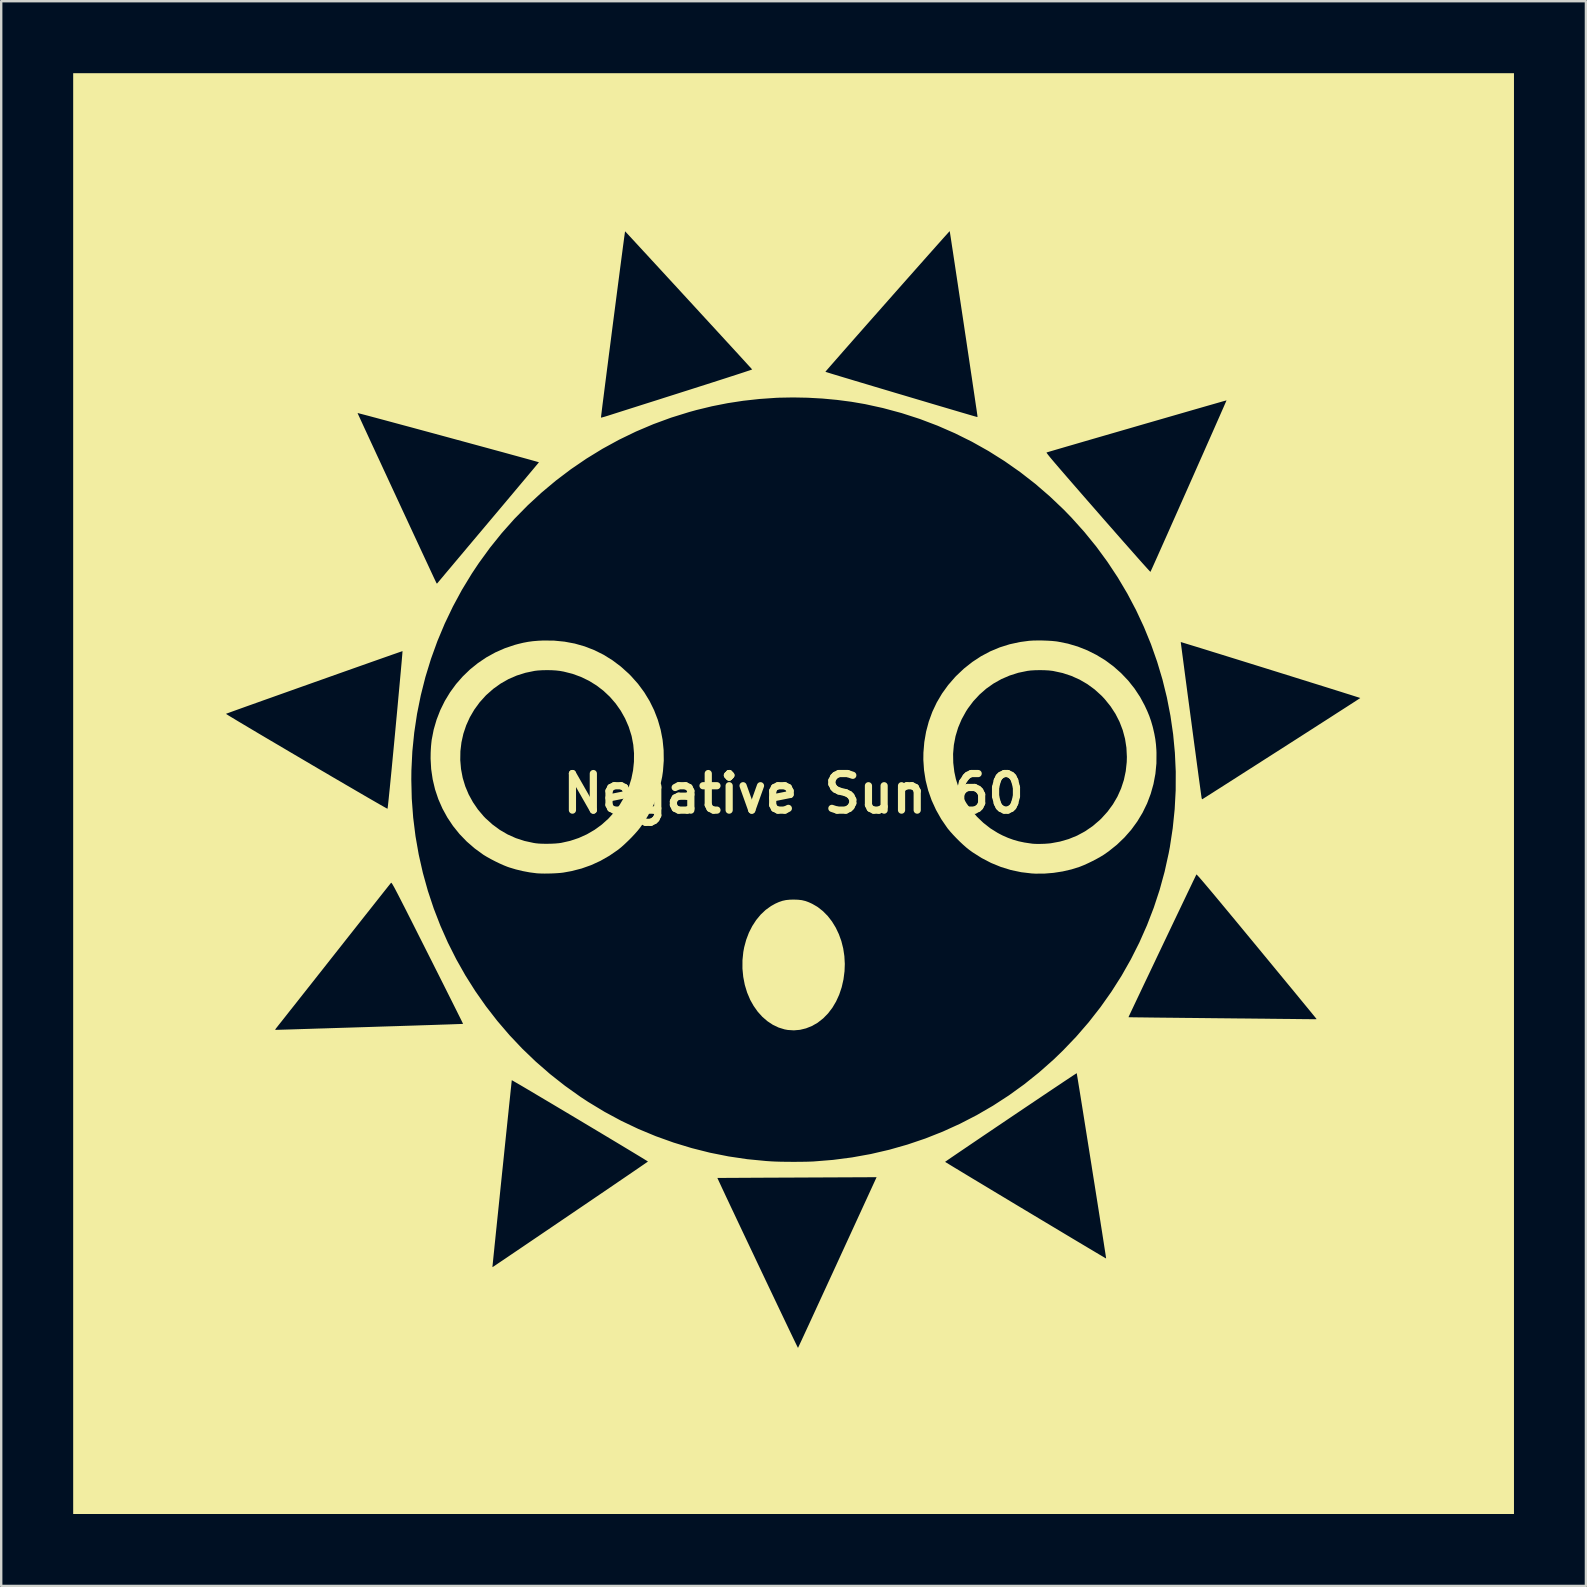
<source format=kicad_pcb>
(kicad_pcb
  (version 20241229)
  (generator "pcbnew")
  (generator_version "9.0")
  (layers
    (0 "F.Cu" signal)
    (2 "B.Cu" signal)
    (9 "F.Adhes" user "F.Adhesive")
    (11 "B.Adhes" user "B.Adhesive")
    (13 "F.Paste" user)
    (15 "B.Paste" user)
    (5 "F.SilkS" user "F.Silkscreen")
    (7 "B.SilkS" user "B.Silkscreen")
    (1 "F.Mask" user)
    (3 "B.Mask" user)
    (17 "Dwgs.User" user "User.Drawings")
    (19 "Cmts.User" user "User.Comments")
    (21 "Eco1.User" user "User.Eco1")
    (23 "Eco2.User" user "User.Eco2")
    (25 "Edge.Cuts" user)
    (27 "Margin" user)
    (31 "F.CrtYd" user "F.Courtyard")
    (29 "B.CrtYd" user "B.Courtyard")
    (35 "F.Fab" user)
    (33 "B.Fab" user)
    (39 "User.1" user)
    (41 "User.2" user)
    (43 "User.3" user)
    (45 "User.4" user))
  (footprint "Negative Sun 60"
    (layer "F.Cu")
    (at 30.024 30.024)
    (property "Reference" "Negative Sun 60" (at 0 0 0) (layer "F.SilkS") (effects (font (size 1.524 1.524) (thickness 0.3))))
    (attr board_only exclude_from_pos_files exclude_from_bom)
    (fp_poly (pts (xy 0.184 4.424) (xy 0.343 4.442) (xy 0.49 4.477) (xy 0.638 4.531) (xy 0.771 4.592) (xy 1.008 4.73) (xy 1.226 4.902) (xy 1.425 5.104) (xy 1.602 5.333) (xy 1.757 5.586) (xy 1.887 5.859) (xy 1.992 6.15) (xy 2.069 6.456) (xy 2.117 6.774) (xy 2.135 7.099) (xy 2.124 7.402) (xy 2.08 7.743) (xy 2.006 8.069) (xy 1.903 8.377) (xy 1.773 8.663) (xy 1.617 8.926) (xy 1.436 9.163) (xy 1.233 9.37) (xy 1.008 9.546) (xy 0.996 9.555) (xy 0.762 9.688) (xy 0.518 9.785) (xy 0.267 9.846) (xy 0.013 9.868) (xy -0.24 9.852) (xy -0.373 9.828) (xy -0.624 9.751) (xy -0.863 9.637) (xy -1.09 9.487) (xy -1.301 9.305) (xy -1.494 9.091) (xy -1.666 8.847) (xy -1.807 8.597) (xy -1.935 8.295) (xy -2.033 7.973) (xy -2.098 7.637) (xy -2.131 7.293) (xy -2.13 6.946) (xy -2.095 6.603) (xy -2.059 6.408) (xy -1.974 6.093) (xy -1.861 5.796) (xy -1.721 5.521) (xy -1.557 5.269) (xy -1.371 5.044) (xy -1.164 4.849) (xy -0.939 4.686) (xy -0.771 4.592) (xy -0.611 4.52) (xy -0.464 4.47) (xy -0.316 4.438) (xy -0.154 4.422) (xy 0 4.418)) (stroke (width 0) (type solid)) (fill yes) (layer "F.SilkS"))
    (fp_poly (pts (xy 10.365 -6.38) (xy 10.567 -6.373) (xy 10.76 -6.362) (xy 10.931 -6.345) (xy 11.009 -6.334) (xy 11.433 -6.249) (xy 11.845 -6.127) (xy 12.243 -5.969) (xy 12.624 -5.778) (xy 12.988 -5.556) (xy 13.33 -5.303) (xy 13.648 -5.022) (xy 13.942 -4.714) (xy 14.207 -4.381) (xy 14.442 -4.025) (xy 14.632 -3.673) (xy 14.739 -3.443) (xy 14.826 -3.232) (xy 14.898 -3.025) (xy 14.961 -2.809) (xy 14.983 -2.723) (xy 15.037 -2.485) (xy 15.077 -2.265) (xy 15.104 -2.044) (xy 15.121 -1.807) (xy 15.125 -1.701) (xy 15.122 -1.259) (xy 15.08 -0.825) (xy 15 -0.4) (xy 14.884 0.012) (xy 14.733 0.411) (xy 14.546 0.795) (xy 14.326 1.16) (xy 14.074 1.506) (xy 13.789 1.831) (xy 13.475 2.132) (xy 13.13 2.408) (xy 12.93 2.548) (xy 12.796 2.63) (xy 12.636 2.72) (xy 12.46 2.812) (xy 12.279 2.9) (xy 12.105 2.979) (xy 11.949 3.042) (xy 11.927 3.051) (xy 11.582 3.16) (xy 11.214 3.245) (xy 10.835 3.304) (xy 10.455 3.335) (xy 10.084 3.337) (xy 9.928 3.329) (xy 9.487 3.277) (xy 9.057 3.186) (xy 8.638 3.057) (xy 8.232 2.891) (xy 7.838 2.686) (xy 7.458 2.445) (xy 7.312 2.339) (xy 7.196 2.246) (xy 7.064 2.129) (xy 6.922 1.996) (xy 6.78 1.854) (xy 6.645 1.712) (xy 6.524 1.577) (xy 6.425 1.457) (xy 6.408 1.435) (xy 6.154 1.064) (xy 5.936 0.678) (xy 5.754 0.28) (xy 5.61 -0.13) (xy 5.504 -0.549) (xy 5.437 -0.975) (xy 5.408 -1.407) (xy 5.411 -1.656) (xy 6.648 -1.656) (xy 6.655 -1.28) (xy 6.7 -0.903) (xy 6.764 -0.606) (xy 6.873 -0.26) (xy 7.018 0.074) (xy 7.197 0.392) (xy 7.408 0.691) (xy 7.647 0.969) (xy 7.913 1.223) (xy 8.202 1.449) (xy 8.513 1.644) (xy 8.717 1.749) (xy 8.939 1.846) (xy 9.157 1.925) (xy 9.381 1.989) (xy 9.622 2.04) (xy 9.89 2.08) (xy 9.958 2.089) (xy 10.057 2.096) (xy 10.184 2.099) (xy 10.327 2.097) (xy 10.473 2.092) (xy 10.612 2.082) (xy 10.722 2.071) (xy 11.102 2.001) (xy 11.467 1.895) (xy 11.815 1.753) (xy 12.145 1.575) (xy 12.457 1.362) (xy 12.748 1.115) (xy 12.828 1.038) (xy 13.086 0.753) (xy 13.309 0.449) (xy 13.498 0.126) (xy 13.65 -0.213) (xy 13.766 -0.567) (xy 13.844 -0.934) (xy 13.885 -1.313) (xy 13.891 -1.529) (xy 13.872 -1.911) (xy 13.814 -2.284) (xy 13.718 -2.644) (xy 13.585 -2.991) (xy 13.416 -3.322) (xy 13.211 -3.637) (xy 12.971 -3.934) (xy 12.832 -4.082) (xy 12.549 -4.339) (xy 12.244 -4.562) (xy 11.919 -4.751) (xy 11.575 -4.905) (xy 11.214 -5.024) (xy 10.836 -5.106) (xy 10.791 -5.114) (xy 10.634 -5.132) (xy 10.451 -5.142) (xy 10.256 -5.145) (xy 10.061 -5.141) (xy 9.881 -5.13) (xy 9.745 -5.113) (xy 9.368 -5.035) (xy 9.006 -4.92) (xy 8.661 -4.771) (xy 8.335 -4.588) (xy 8.03 -4.373) (xy 7.749 -4.126) (xy 7.493 -3.851) (xy 7.265 -3.547) (xy 7.187 -3.426) (xy 7.004 -3.094) (xy 6.858 -2.749) (xy 6.75 -2.392) (xy 6.68 -2.027) (xy 6.648 -1.656) (xy 5.411 -1.656) (xy 5.411 -1.697) (xy 5.448 -2.145) (xy 5.523 -2.58) (xy 5.635 -3.001) (xy 5.783 -3.407) (xy 5.967 -3.797) (xy 6.187 -4.169) (xy 6.442 -4.522) (xy 6.732 -4.856) (xy 6.775 -4.901) (xy 7.102 -5.21) (xy 7.448 -5.484) (xy 7.812 -5.723) (xy 8.194 -5.926) (xy 8.592 -6.093) (xy 9.006 -6.223) (xy 9.435 -6.316) (xy 9.816 -6.367) (xy 9.978 -6.377) (xy 10.164 -6.381)) (stroke (width 0) (type solid)) (fill yes) (layer "F.SilkS"))
    (fp_poly (pts (xy -9.986 -6.375) (xy -9.547 -6.332) (xy -9.119 -6.252) (xy -8.706 -6.134) (xy -8.306 -5.979) (xy -7.921 -5.787) (xy -7.553 -5.559) (xy -7.202 -5.295) (xy -6.869 -4.996) (xy -6.775 -4.901) (xy -6.483 -4.573) (xy -6.225 -4.224) (xy -6.001 -3.856) (xy -5.812 -3.472) (xy -5.658 -3.073) (xy -5.54 -2.662) (xy -5.459 -2.24) (xy -5.416 -1.811) (xy -5.41 -1.375) (xy -5.443 -0.936) (xy -5.477 -0.701) (xy -5.567 -0.283) (xy -5.695 0.128) (xy -5.862 0.529) (xy -6.066 0.918) (xy -6.306 1.294) (xy -6.408 1.435) (xy -6.501 1.551) (xy -6.618 1.683) (xy -6.751 1.825) (xy -6.893 1.967) (xy -7.035 2.102) (xy -7.17 2.224) (xy -7.29 2.322) (xy -7.312 2.339) (xy -7.677 2.591) (xy -8.05 2.804) (xy -8.435 2.981) (xy -8.836 3.123) (xy -9.256 3.231) (xy -9.598 3.293) (xy -9.717 3.307) (xy -9.865 3.318) (xy -10.031 3.327) (xy -10.205 3.332) (xy -10.376 3.334) (xy -10.533 3.331) (xy -10.665 3.325) (xy -10.706 3.322) (xy -10.993 3.285) (xy -11.288 3.23) (xy -11.577 3.16) (xy -11.846 3.079) (xy -11.927 3.051) (xy -12.079 2.99) (xy -12.25 2.914) (xy -12.43 2.827) (xy -12.608 2.735) (xy -12.772 2.644) (xy -12.911 2.56) (xy -12.93 2.548) (xy -13.29 2.286) (xy -13.622 1.998) (xy -13.923 1.686) (xy -14.193 1.351) (xy -14.43 0.996) (xy -14.635 0.622) (xy -14.806 0.232) (xy -14.942 -0.174) (xy -15.041 -0.592) (xy -15.104 -1.021) (xy -15.125 -1.397) (xy -13.892 -1.397) (xy -13.86 -1.023) (xy -13.789 -0.651) (xy -13.683 -0.302) (xy -13.541 0.036) (xy -13.363 0.36) (xy -13.154 0.666) (xy -12.915 0.948) (xy -12.838 1.028) (xy -12.55 1.288) (xy -12.244 1.513) (xy -11.918 1.703) (xy -11.574 1.857) (xy -11.212 1.975) (xy -10.834 2.057) (xy -10.746 2.071) (xy -10.617 2.084) (xy -10.46 2.091) (xy -10.286 2.093) (xy -10.108 2.09) (xy -9.938 2.082) (xy -9.785 2.068) (xy -9.688 2.055) (xy -9.313 1.971) (xy -8.954 1.851) (xy -8.613 1.697) (xy -8.292 1.51) (xy -7.993 1.292) (xy -7.718 1.045) (xy -7.469 0.77) (xy -7.247 0.469) (xy -7.056 0.144) (xy -6.896 -0.204) (xy -6.864 -0.286) (xy -6.761 -0.617) (xy -6.69 -0.965) (xy -6.653 -1.322) (xy -6.65 -1.681) (xy -6.681 -2.035) (xy -6.746 -2.378) (xy -6.757 -2.422) (xy -6.872 -2.786) (xy -7.022 -3.131) (xy -7.204 -3.455) (xy -7.416 -3.756) (xy -7.656 -4.033) (xy -7.923 -4.284) (xy -8.214 -4.507) (xy -8.527 -4.7) (xy -8.861 -4.862) (xy -9.213 -4.991) (xy -9.582 -5.084) (xy -9.745 -5.113) (xy -9.902 -5.131) (xy -10.085 -5.142) (xy -10.28 -5.145) (xy -10.474 -5.141) (xy -10.655 -5.13) (xy -10.791 -5.114) (xy -11.171 -5.035) (xy -11.534 -4.921) (xy -11.881 -4.771) (xy -12.208 -4.585) (xy -12.516 -4.365) (xy -12.803 -4.111) (xy -12.831 -4.084) (xy -13.085 -3.802) (xy -13.306 -3.499) (xy -13.493 -3.179) (xy -13.645 -2.843) (xy -13.762 -2.494) (xy -13.842 -2.135) (xy -13.886 -1.768) (xy -13.892 -1.397) (xy -15.125 -1.397) (xy -15.128 -1.459) (xy -15.125 -1.701) (xy -15.119 -1.833) (xy -15.11 -1.971) (xy -15.098 -2.101) (xy -15.086 -2.209) (xy -15.082 -2.242) (xy -14.998 -2.67) (xy -14.877 -3.084) (xy -14.722 -3.482) (xy -14.534 -3.863) (xy -14.314 -4.225) (xy -14.065 -4.565) (xy -13.787 -4.882) (xy -13.484 -5.174) (xy -13.155 -5.439) (xy -12.804 -5.676) (xy -12.431 -5.882) (xy -12.039 -6.055) (xy -11.629 -6.194) (xy -11.482 -6.234) (xy -11.266 -6.286) (xy -11.065 -6.324) (xy -10.865 -6.351) (xy -10.651 -6.369) (xy -10.437 -6.379)) (stroke (width 0) (type solid)) (fill yes) (layer "F.SilkS"))
    (fp_poly (pts (xy 30.024 30.024) (xy -30.024 30.024) (xy -30.024 19.717) (xy -12.55 19.717) (xy -12.544 19.735) (xy -12.543 19.736) (xy -12.526 19.724) (xy -12.478 19.692) (xy -12.399 19.639) (xy -12.293 19.567) (xy -12.159 19.477) (xy -12 19.37) (xy -11.818 19.246) (xy -11.614 19.108) (xy -11.389 18.956) (xy -11.146 18.791) (xy -10.885 18.614) (xy -10.609 18.427) (xy -10.319 18.23) (xy -10.016 18.025) (xy -9.703 17.812) (xy -9.38 17.593) (xy -9.306 17.543) (xy -8.981 17.322) (xy -8.665 17.108) (xy -8.36 16.9) (xy -8.067 16.701) (xy -7.787 16.511) (xy -7.523 16.331) (xy -7.276 16.162) (xy -7.067 16.02) (xy -3.175 16.02) (xy -3.167 16.039) (xy -3.143 16.092) (xy -3.104 16.176) (xy -3.051 16.29) (xy -2.985 16.432) (xy -2.906 16.6) (xy -2.817 16.791) (xy -2.717 17.003) (xy -2.608 17.235) (xy -2.49 17.483) (xy -2.366 17.747) (xy -2.235 18.024) (xy -2.099 18.311) (xy -1.959 18.607) (xy -1.816 18.909) (xy -1.67 19.216) (xy -1.524 19.526) (xy -1.377 19.835) (xy -1.231 20.143) (xy -1.087 20.447) (xy -0.945 20.745) (xy -0.808 21.034) (xy -0.675 21.313) (xy -0.548 21.58) (xy -0.428 21.832) (xy -0.315 22.068) (xy -0.212 22.285) (xy -0.118 22.481) (xy -0.035 22.654) (xy 0.036 22.802) (xy 0.095 22.923) (xy 0.139 23.014) (xy 0.169 23.074) (xy 0.183 23.101) (xy 0.184 23.102) (xy 0.194 23.083) (xy 0.219 23.029) (xy 0.26 22.942) (xy 0.315 22.824) (xy 0.383 22.677) (xy 0.464 22.502) (xy 0.557 22.301) (xy 0.661 22.076) (xy 0.775 21.829) (xy 0.898 21.561) (xy 1.03 21.274) (xy 1.17 20.97) (xy 1.317 20.651) (xy 1.47 20.318) (xy 1.629 19.974) (xy 1.792 19.619) (xy 1.829 19.538) (xy 3.46 15.988) (xy 0.144 16.003) (xy -0.218 16.005) (xy -0.568 16.006) (xy -0.905 16.008) (xy -1.227 16.009) (xy -1.532 16.011) (xy -1.817 16.012) (xy -2.081 16.013) (xy -2.322 16.015) (xy -2.537 16.016) (xy -2.724 16.017) (xy -2.882 16.018) (xy -3.008 16.019) (xy -3.1 16.019) (xy -3.156 16.02) (xy -3.175 16.02) (xy -7.067 16.02) (xy -7.047 16.006) (xy -6.838 15.864) (xy -6.651 15.736) (xy -6.487 15.624) (xy -6.348 15.528) (xy -6.235 15.451) (xy -6.15 15.392) (xy -6.095 15.354) (xy -6.088 15.349) (xy 6.315 15.349) (xy 6.335 15.362) (xy 6.387 15.394) (xy 6.469 15.444) (xy 6.579 15.511) (xy 6.715 15.594) (xy 6.876 15.691) (xy 7.058 15.801) (xy 7.261 15.924) (xy 7.481 16.057) (xy 7.718 16.199) (xy 7.969 16.35) (xy 8.232 16.509) (xy 8.505 16.673) (xy 8.787 16.842) (xy 9.074 17.015) (xy 9.365 17.19) (xy 9.659 17.366) (xy 9.953 17.542) (xy 10.244 17.717) (xy 10.532 17.889) (xy 10.814 18.058) (xy 11.088 18.222) (xy 11.351 18.38) (xy 11.603 18.531) (xy 11.841 18.673) (xy 12.064 18.806) (xy 12.268 18.928) (xy 12.452 19.037) (xy 12.614 19.134) (xy 12.752 19.216) (xy 12.865 19.282) (xy 12.949 19.332) (xy 13.003 19.364) (xy 13.025 19.376) (xy 13.026 19.376) (xy 13.023 19.355) (xy 13.015 19.296) (xy 13.001 19.202) (xy 12.981 19.074) (xy 12.956 18.914) (xy 12.927 18.724) (xy 12.893 18.506) (xy 12.855 18.262) (xy 12.812 17.993) (xy 12.767 17.702) (xy 12.718 17.39) (xy 12.666 17.06) (xy 12.611 16.714) (xy 12.554 16.352) (xy 12.494 15.978) (xy 12.433 15.593) (xy 12.421 15.512) (xy 12.359 15.125) (xy 12.299 14.748) (xy 12.241 14.384) (xy 12.185 14.034) (xy 12.132 13.701) (xy 12.082 13.386) (xy 12.035 13.091) (xy 11.991 12.818) (xy 11.951 12.569) (xy 11.915 12.346) (xy 11.883 12.15) (xy 11.856 11.984) (xy 11.834 11.85) (xy 11.817 11.749) (xy 11.806 11.683) (xy 11.801 11.655) (xy 11.801 11.654) (xy 11.783 11.664) (xy 11.735 11.695) (xy 11.656 11.746) (xy 11.55 11.817) (xy 11.417 11.905) (xy 11.26 12.009) (xy 11.08 12.13) (xy 10.879 12.264) (xy 10.659 12.411) (xy 10.421 12.571) (xy 10.168 12.741) (xy 9.9 12.921) (xy 9.62 13.109) (xy 9.329 13.305) (xy 9.05 13.493) (xy 8.751 13.695) (xy 8.461 13.89) (xy 8.182 14.079) (xy 7.916 14.258) (xy 7.664 14.429) (xy 7.429 14.588) (xy 7.211 14.736) (xy 7.012 14.871) (xy 6.835 14.991) (xy 6.681 15.096) (xy 6.551 15.184) (xy 6.448 15.255) (xy 6.374 15.307) (xy 6.329 15.338) (xy 6.315 15.349) (xy -6.088 15.349) (xy -6.071 15.337) (xy -6.07 15.336) (xy -6.086 15.324) (xy -6.135 15.293) (xy -6.213 15.245) (xy -6.32 15.179) (xy -6.452 15.099) (xy -6.607 15.005) (xy -6.784 14.898) (xy -6.98 14.78) (xy -7.192 14.652) (xy -7.42 14.515) (xy -7.66 14.371) (xy -7.91 14.221) (xy -8.169 14.066) (xy -8.434 13.907) (xy -8.702 13.747) (xy -8.972 13.585) (xy -9.242 13.424) (xy -9.509 13.265) (xy -9.771 13.109) (xy -10.026 12.957) (xy -10.272 12.811) (xy -10.506 12.672) (xy -10.727 12.541) (xy -10.931 12.419) (xy -11.118 12.309) (xy -11.285 12.21) (xy -11.429 12.126) (xy -11.549 12.056) (xy -11.643 12.002) (xy -11.707 11.965) (xy -11.74 11.947) (xy -11.744 11.946) (xy -11.747 11.966) (xy -11.753 12.025) (xy -11.763 12.118) (xy -11.776 12.244) (xy -11.793 12.401) (xy -11.812 12.586) (xy -11.834 12.796) (xy -11.859 13.031) (xy -11.885 13.286) (xy -11.914 13.56) (xy -11.944 13.851) (xy -11.976 14.155) (xy -12.009 14.472) (xy -12.043 14.798) (xy -12.077 15.131) (xy -12.112 15.469) (xy -12.148 15.81) (xy -12.183 16.15) (xy -12.218 16.489) (xy -12.252 16.823) (xy -12.286 17.15) (xy -12.319 17.468) (xy -12.351 17.774) (xy -12.381 18.067) (xy -12.41 18.343) (xy -12.436 18.601) (xy -12.461 18.838) (xy -12.482 19.051) (xy -12.502 19.24) (xy -12.518 19.4) (xy -12.531 19.53) (xy -12.541 19.628) (xy -12.548 19.691) (xy -12.55 19.716) (xy -12.55 19.717) (xy -30.024 19.717) (xy -30.024 9.837) (xy -21.604 9.837) (xy -21.595 9.847) (xy -21.584 9.848) (xy -21.561 9.847) (xy -21.499 9.846) (xy -21.402 9.843) (xy -21.27 9.839) (xy -21.106 9.834) (xy -20.911 9.828) (xy -20.689 9.821) (xy -20.44 9.813) (xy -20.166 9.805) (xy -19.87 9.795) (xy -19.554 9.786) (xy -19.219 9.775) (xy -18.867 9.764) (xy -18.5 9.753) (xy -18.121 9.741) (xy -17.731 9.729) (xy -17.664 9.727) (xy -17.273 9.714) (xy -16.893 9.702) (xy -16.525 9.691) (xy -16.172 9.679) (xy -15.835 9.669) (xy -15.517 9.658) (xy -15.22 9.649) (xy -14.944 9.64) (xy -14.693 9.631) (xy -14.468 9.624) (xy -14.271 9.617) (xy -14.104 9.611) (xy -13.969 9.606) (xy -13.868 9.603) (xy -13.803 9.6) (xy -13.776 9.598) (xy -13.775 9.598) (xy -13.783 9.58) (xy -13.808 9.528) (xy -13.849 9.443) (xy -13.906 9.329) (xy -13.977 9.187) (xy -14.061 9.018) (xy -14.158 8.824) (xy -14.266 8.608) (xy -14.385 8.371) (xy -14.513 8.115) (xy -14.65 7.842) (xy -14.795 7.553) (xy -14.947 7.252) (xy -15.104 6.939) (xy -15.256 6.638) (xy -15.448 6.257) (xy -15.623 5.91) (xy -15.781 5.596) (xy -15.924 5.312) (xy -16.053 5.058) (xy -16.167 4.832) (xy -16.269 4.633) (xy -16.358 4.458) (xy -16.436 4.306) (xy -16.503 4.176) (xy -16.561 4.066) (xy -16.609 3.974) (xy -16.649 3.899) (xy -16.683 3.84) (xy -16.709 3.794) (xy -16.73 3.761) (xy -16.746 3.738) (xy -16.758 3.724) (xy -16.767 3.718) (xy -16.773 3.717) (xy -16.776 3.719) (xy -16.792 3.738) (xy -16.831 3.787) (xy -16.893 3.864) (xy -16.975 3.968) (xy -17.078 4.097) (xy -17.199 4.25) (xy -17.337 4.425) (xy -17.492 4.62) (xy -17.661 4.835) (xy -17.845 5.067) (xy -18.04 5.314) (xy -18.247 5.576) (xy -18.464 5.851) (xy -18.69 6.137) (xy -18.923 6.433) (xy -19.146 6.715) (xy -19.386 7.019) (xy -19.62 7.316) (xy -19.847 7.603) (xy -20.064 7.879) (xy -20.273 8.143) (xy -20.47 8.392) (xy -20.654 8.626) (xy -20.825 8.843) (xy -20.982 9.04) (xy -21.122 9.218) (xy -21.244 9.373) (xy -21.348 9.505) (xy -21.433 9.611) (xy -21.496 9.691) (xy -21.536 9.742) (xy -21.553 9.763) (xy -21.59 9.812) (xy -21.604 9.837) (xy -30.024 9.837) (xy -30.024 -3.324) (xy -23.655 -3.324) (xy -23.641 -3.313) (xy -23.594 -3.282) (xy -23.516 -3.234) (xy -23.41 -3.17) (xy -23.277 -3.09) (xy -23.12 -2.995) (xy -22.94 -2.888) (xy -22.74 -2.769) (xy -22.521 -2.639) (xy -22.286 -2.499) (xy -22.036 -2.351) (xy -21.774 -2.196) (xy -21.501 -2.036) (xy -21.22 -1.87) (xy -20.933 -1.7) (xy -20.641 -1.529) (xy -20.347 -1.356) (xy -20.052 -1.182) (xy -19.759 -1.01) (xy -19.469 -0.841) (xy -19.186 -0.674) (xy -18.909 -0.513) (xy -18.643 -0.357) (xy -18.388 -0.209) (xy -18.147 -0.068) (xy -17.922 0.063) (xy -17.714 0.184) (xy -17.526 0.292) (xy -17.36 0.388) (xy -17.217 0.47) (xy -17.101 0.536) (xy -17.012 0.586) (xy -16.953 0.618) (xy -16.925 0.632) (xy -16.924 0.632) (xy -16.92 0.612) (xy -16.912 0.554) (xy -16.901 0.46) (xy -16.887 0.331) (xy -16.87 0.17) (xy -16.851 -0.021) (xy -16.828 -0.242) (xy -16.804 -0.488) (xy -16.795 -0.58) (xy -15.932 -0.58) (xy -15.913 0.212) (xy -15.854 0.999) (xy -15.757 1.777) (xy -15.622 2.546) (xy -15.45 3.306) (xy -15.242 4.053) (xy -14.998 4.788) (xy -14.719 5.509) (xy -14.406 6.215) (xy -14.059 6.904) (xy -13.679 7.577) (xy -13.267 8.23) (xy -12.823 8.863) (xy -12.347 9.476) (xy -11.842 10.066) (xy -11.306 10.633) (xy -10.742 11.174) (xy -10.149 11.69) (xy -9.528 12.179) (xy -8.881 12.64) (xy -8.555 12.854) (xy -7.879 13.263) (xy -7.185 13.637) (xy -6.472 13.976) (xy -5.744 14.279) (xy -5.002 14.545) (xy -4.248 14.775) (xy -3.483 14.968) (xy -2.71 15.122) (xy -1.929 15.238) (xy -1.143 15.314) (xy -0.901 15.33) (xy -0.739 15.337) (xy -0.546 15.343) (xy -0.334 15.346) (xy -0.109 15.348) (xy 0.119 15.348) (xy 0.34 15.346) (xy 0.546 15.343) (xy 0.728 15.337) (xy 0.841 15.332) (xy 1.642 15.267) (xy 2.435 15.164) (xy 3.217 15.023) (xy 3.988 14.844) (xy 4.746 14.628) (xy 5.491 14.376) (xy 6.221 14.087) (xy 6.935 13.762) (xy 7.633 13.402) (xy 8.312 13.008) (xy 8.973 12.579) (xy 9.614 12.116) (xy 10.233 11.62) (xy 10.831 11.091) (xy 11.228 10.708) (xy 11.78 10.131) (xy 12.301 9.529) (xy 12.464 9.32) (xy 13.957 9.32) (xy 13.978 9.321) (xy 14.036 9.322) (xy 14.131 9.324) (xy 14.259 9.326) (xy 14.42 9.328) (xy 14.612 9.33) (xy 14.831 9.333) (xy 15.077 9.336) (xy 15.348 9.339) (xy 15.641 9.342) (xy 15.954 9.345) (xy 16.286 9.349) (xy 16.635 9.352) (xy 16.999 9.356) (xy 17.375 9.36) (xy 17.763 9.364) (xy 17.775 9.364) (xy 18.164 9.368) (xy 18.544 9.372) (xy 18.911 9.375) (xy 19.265 9.379) (xy 19.602 9.382) (xy 19.922 9.386) (xy 20.222 9.389) (xy 20.5 9.392) (xy 20.754 9.394) (xy 20.982 9.397) (xy 21.182 9.399) (xy 21.352 9.401) (xy 21.49 9.402) (xy 21.594 9.403) (xy 21.662 9.404) (xy 21.692 9.405) (xy 21.751 9.404) (xy 21.789 9.401) (xy 21.797 9.397) (xy 21.785 9.38) (xy 21.748 9.335) (xy 21.688 9.261) (xy 21.606 9.161) (xy 21.504 9.036) (xy 21.382 8.888) (xy 21.242 8.718) (xy 21.085 8.527) (xy 20.913 8.317) (xy 20.726 8.09) (xy 20.525 7.847) (xy 20.313 7.589) (xy 20.089 7.318) (xy 19.856 7.035) (xy 19.615 6.743) (xy 19.366 6.441) (xy 19.302 6.363) (xy 18.99 5.986) (xy 18.703 5.638) (xy 18.44 5.32) (xy 18.199 5.03) (xy 17.981 4.767) (xy 17.784 4.53) (xy 17.608 4.318) (xy 17.451 4.13) (xy 17.313 3.966) (xy 17.193 3.824) (xy 17.091 3.703) (xy 17.005 3.603) (xy 16.934 3.521) (xy 16.879 3.459) (xy 16.837 3.414) (xy 16.809 3.385) (xy 16.793 3.372) (xy 16.789 3.371) (xy 16.776 3.397) (xy 16.747 3.456) (xy 16.704 3.546) (xy 16.646 3.665) (xy 16.577 3.811) (xy 16.496 3.98) (xy 16.404 4.171) (xy 16.304 4.382) (xy 16.195 4.61) (xy 16.079 4.853) (xy 15.957 5.108) (xy 15.83 5.374) (xy 15.7 5.648) (xy 15.567 5.927) (xy 15.432 6.21) (xy 15.297 6.494) (xy 15.162 6.777) (xy 15.03 7.056) (xy 14.9 7.33) (xy 14.774 7.595) (xy 14.652 7.85) (xy 14.537 8.092) (xy 14.43 8.319) (xy 14.33 8.529) (xy 14.24 8.719) (xy 14.16 8.888) (xy 14.092 9.032) (xy 14.037 9.149) (xy 13.995 9.238) (xy 13.968 9.296) (xy 13.958 9.32) (xy 13.957 9.32) (xy 12.464 9.32) (xy 12.789 8.905) (xy 13.245 8.26) (xy 13.668 7.595) (xy 14.056 6.911) (xy 14.41 6.209) (xy 14.728 5.491) (xy 15.011 4.758) (xy 15.257 4.011) (xy 15.465 3.251) (xy 15.635 2.48) (xy 15.682 2.232) (xy 15.802 1.443) (xy 15.883 0.654) (xy 15.925 -0.133) (xy 15.928 -0.917) (xy 15.892 -1.698) (xy 15.819 -2.473) (xy 15.707 -3.242) (xy 15.559 -4.003) (xy 15.374 -4.755) (xy 15.152 -5.497) (xy 14.895 -6.227) (xy 14.859 -6.315) (xy 16.137 -6.315) (xy 16.139 -6.295) (xy 16.146 -6.238) (xy 16.158 -6.146) (xy 16.174 -6.023) (xy 16.194 -5.87) (xy 16.218 -5.689) (xy 16.245 -5.485) (xy 16.275 -5.258) (xy 16.307 -5.012) (xy 16.342 -4.749) (xy 16.379 -4.472) (xy 16.417 -4.183) (xy 16.457 -3.885) (xy 16.498 -3.58) (xy 16.539 -3.271) (xy 16.581 -2.96) (xy 16.622 -2.65) (xy 16.663 -2.343) (xy 16.703 -2.043) (xy 16.743 -1.751) (xy 16.78 -1.47) (xy 16.816 -1.202) (xy 16.85 -0.951) (xy 16.881 -0.718) (xy 16.91 -0.506) (xy 16.936 -0.318) (xy 16.958 -0.157) (xy 16.976 -0.024) (xy 16.99 0.078) (xy 17 0.146) (xy 17.004 0.176) (xy 17.016 0.219) (xy 17.031 0.237) (xy 17.033 0.236) (xy 17.052 0.225) (xy 17.102 0.193) (xy 17.183 0.142) (xy 17.293 0.072) (xy 17.43 -0.015) (xy 17.592 -0.119) (xy 17.779 -0.237) (xy 17.988 -0.371) (xy 18.217 -0.517) (xy 18.466 -0.676) (xy 18.731 -0.846) (xy 19.013 -1.026) (xy 19.309 -1.215) (xy 19.618 -1.413) (xy 19.937 -1.617) (xy 20.266 -1.827) (xy 20.335 -1.871) (xy 20.665 -2.083) (xy 20.986 -2.288) (xy 21.296 -2.487) (xy 21.594 -2.678) (xy 21.878 -2.861) (xy 22.147 -3.033) (xy 22.398 -3.194) (xy 22.63 -3.344) (xy 22.842 -3.48) (xy 23.032 -3.602) (xy 23.198 -3.709) (xy 23.339 -3.8) (xy 23.453 -3.874) (xy 23.539 -3.93) (xy 23.594 -3.966) (xy 23.617 -3.982) (xy 23.618 -3.983) (xy 23.599 -3.99) (xy 23.545 -4.008) (xy 23.456 -4.036) (xy 23.336 -4.074) (xy 23.187 -4.122) (xy 23.01 -4.177) (xy 22.809 -4.241) (xy 22.585 -4.311) (xy 22.341 -4.388) (xy 22.078 -4.47) (xy 21.8 -4.557) (xy 21.508 -4.648) (xy 21.204 -4.743) (xy 20.891 -4.841) (xy 20.572 -4.941) (xy 20.247 -5.042) (xy 19.92 -5.144) (xy 19.593 -5.246) (xy 19.268 -5.347) (xy 18.947 -5.447) (xy 18.632 -5.545) (xy 18.326 -5.64) (xy 18.03 -5.732) (xy 17.748 -5.82) (xy 17.481 -5.902) (xy 17.232 -5.98) (xy 17.003 -6.051) (xy 16.795 -6.115) (xy 16.612 -6.171) (xy 16.455 -6.219) (xy 16.327 -6.258) (xy 16.23 -6.288) (xy 16.167 -6.307) (xy 16.138 -6.315) (xy 16.137 -6.315) (xy 14.859 -6.315) (xy 14.601 -6.945) (xy 14.273 -7.648) (xy 13.91 -8.336) (xy 13.512 -9.007) (xy 13.08 -9.66) (xy 12.615 -10.294) (xy 12.116 -10.907) (xy 11.585 -11.499) (xy 11.257 -11.837) (xy 10.675 -12.39) (xy 10.071 -12.911) (xy 9.444 -13.399) (xy 8.795 -13.854) (xy 8.231 -14.209) (xy 10.543 -14.209) (xy 10.552 -14.192) (xy 10.572 -14.164) (xy 10.603 -14.123) (xy 10.647 -14.068) (xy 10.704 -13.998) (xy 10.776 -13.912) (xy 10.864 -13.808) (xy 10.968 -13.686) (xy 11.09 -13.544) (xy 11.231 -13.381) (xy 11.391 -13.196) (xy 11.572 -12.987) (xy 11.775 -12.754) (xy 12.001 -12.494) (xy 12.25 -12.208) (xy 12.525 -11.894) (xy 12.683 -11.713) (xy 12.92 -11.441) (xy 13.15 -11.179) (xy 13.372 -10.926) (xy 13.584 -10.684) (xy 13.785 -10.456) (xy 13.973 -10.243) (xy 14.147 -10.046) (xy 14.306 -9.866) (xy 14.448 -9.706) (xy 14.572 -9.567) (xy 14.677 -9.451) (xy 14.761 -9.358) (xy 14.822 -9.292) (xy 14.86 -9.252) (xy 14.873 -9.241) (xy 14.883 -9.26) (xy 14.908 -9.315) (xy 14.948 -9.403) (xy 15.001 -9.521) (xy 15.068 -9.67) (xy 15.147 -9.846) (xy 15.237 -10.048) (xy 15.338 -10.275) (xy 15.449 -10.524) (xy 15.569 -10.793) (xy 15.697 -11.082) (xy 15.833 -11.388) (xy 15.976 -11.709) (xy 16.124 -12.043) (xy 16.278 -12.39) (xy 16.437 -12.747) (xy 16.469 -12.82) (xy 16.628 -13.178) (xy 16.782 -13.527) (xy 16.931 -13.864) (xy 17.075 -14.187) (xy 17.211 -14.496) (xy 17.34 -14.787) (xy 17.461 -15.06) (xy 17.572 -15.312) (xy 17.674 -15.543) (xy 17.765 -15.749) (xy 17.844 -15.93) (xy 17.912 -16.083) (xy 17.966 -16.208) (xy 18.007 -16.301) (xy 18.033 -16.361) (xy 18.044 -16.387) (xy 18.044 -16.388) (xy 18.025 -16.383) (xy 17.97 -16.368) (xy 17.88 -16.343) (xy 17.759 -16.308) (xy 17.609 -16.265) (xy 17.431 -16.214) (xy 17.228 -16.156) (xy 17.003 -16.091) (xy 16.757 -16.02) (xy 16.493 -15.944) (xy 16.213 -15.863) (xy 15.919 -15.778) (xy 15.614 -15.69) (xy 15.3 -15.599) (xy 14.978 -15.506) (xy 14.652 -15.412) (xy 14.324 -15.317) (xy 13.995 -15.221) (xy 13.669 -15.127) (xy 13.346 -15.033) (xy 13.031 -14.942) (xy 12.724 -14.853) (xy 12.428 -14.767) (xy 12.145 -14.685) (xy 11.878 -14.607) (xy 11.629 -14.534) (xy 11.399 -14.468) (xy 11.192 -14.407) (xy 11.01 -14.354) (xy 10.854 -14.308) (xy 10.727 -14.271) (xy 10.632 -14.243) (xy 10.57 -14.224) (xy 10.544 -14.216) (xy 10.544 -14.216) (xy 10.543 -14.209) (xy 8.231 -14.209) (xy 8.125 -14.276) (xy 7.436 -14.663) (xy 6.728 -15.015) (xy 6.002 -15.332) (xy 5.259 -15.614) (xy 4.5 -15.859) (xy 3.726 -16.068) (xy 2.982 -16.231) (xy 2.411 -16.329) (xy 1.814 -16.407) (xy 1.204 -16.464) (xy 0.59 -16.498) (xy -0.017 -16.51) (xy -0.608 -16.499) (xy -0.741 -16.493) (xy -1.431 -16.445) (xy -2.098 -16.371) (xy -2.751 -16.271) (xy -3.398 -16.143) (xy -4.049 -15.985) (xy -4.353 -15.901) (xy -5.107 -15.667) (xy -5.847 -15.395) (xy -6.57 -15.088) (xy -7.276 -14.746) (xy -7.964 -14.37) (xy -8.632 -13.96) (xy -9.279 -13.519) (xy -9.904 -13.046) (xy -10.505 -12.543) (xy -11.082 -12.011) (xy -11.634 -11.45) (xy -12.158 -10.861) (xy -12.653 -10.246) (xy -13.119 -9.605) (xy -13.411 -9.167) (xy -13.823 -8.49) (xy -14.199 -7.794) (xy -14.54 -7.081) (xy -14.845 -6.353) (xy -15.113 -5.612) (xy -15.344 -4.859) (xy -15.537 -4.095) (xy -15.693 -3.322) (xy -15.81 -2.541) (xy -15.889 -1.755) (xy -15.928 -0.964) (xy -15.932 -0.58) (xy -16.795 -0.58) (xy -16.777 -0.76) (xy -16.748 -1.055) (xy -16.718 -1.371) (xy -16.686 -1.706) (xy -16.652 -2.059) (xy -16.617 -2.428) (xy -16.596 -2.65) (xy -16.563 -3.008) (xy -16.53 -3.356) (xy -16.499 -3.69) (xy -16.47 -4.01) (xy -16.442 -4.312) (xy -16.416 -4.595) (xy -16.392 -4.857) (xy -16.37 -5.096) (xy -16.351 -5.309) (xy -16.334 -5.495) (xy -16.321 -5.651) (xy -16.31 -5.775) (xy -16.303 -5.865) (xy -16.299 -5.92) (xy -16.298 -5.937) (xy -16.317 -5.931) (xy -16.372 -5.912) (xy -16.46 -5.882) (xy -16.579 -5.84) (xy -16.727 -5.789) (xy -16.902 -5.727) (xy -17.101 -5.657) (xy -17.322 -5.579) (xy -17.564 -5.494) (xy -17.823 -5.402) (xy -18.098 -5.305) (xy -18.386 -5.203) (xy -18.686 -5.097) (xy -18.994 -4.988) (xy -19.309 -4.876) (xy -19.629 -4.762) (xy -19.952 -4.648) (xy -20.274 -4.533) (xy -20.594 -4.42) (xy -20.911 -4.307) (xy -21.22 -4.197) (xy -21.521 -4.09) (xy -21.812 -3.986) (xy -22.089 -3.888) (xy -22.351 -3.794) (xy -22.595 -3.707) (xy -22.82 -3.627) (xy -23.022 -3.554) (xy -23.201 -3.49) (xy -23.353 -3.435) (xy -23.477 -3.39) (xy -23.57 -3.356) (xy -23.63 -3.334) (xy -23.655 -3.324) (xy -23.655 -3.324) (xy -30.024 -3.324) (xy -30.024 -15.86) (xy -18.172 -15.86) (xy -18.164 -15.841) (xy -18.141 -15.789) (xy -18.102 -15.705) (xy -18.049 -15.59) (xy -17.984 -15.448) (xy -17.907 -15.28) (xy -17.818 -15.089) (xy -17.72 -14.876) (xy -17.613 -14.644) (xy -17.497 -14.395) (xy -17.375 -14.13) (xy -17.246 -13.853) (xy -17.113 -13.565) (xy -16.975 -13.268) (xy -16.835 -12.965) (xy -16.692 -12.657) (xy -16.548 -12.347) (xy -16.404 -12.036) (xy -16.261 -11.728) (xy -16.119 -11.424) (xy -15.981 -11.125) (xy -15.846 -10.835) (xy -15.716 -10.556) (xy -15.592 -10.289) (xy -15.475 -10.037) (xy -15.365 -9.801) (xy -15.264 -9.585) (xy -15.173 -9.389) (xy -15.093 -9.217) (xy -15.024 -9.069) (xy -14.968 -8.95) (xy -14.925 -8.86) (xy -14.897 -8.801) (xy -14.886 -8.778) (xy -14.868 -8.752) (xy -14.851 -8.761) (xy -14.844 -8.77) (xy -14.829 -8.788) (xy -14.789 -8.836) (xy -14.727 -8.91) (xy -14.642 -9.011) (xy -14.538 -9.136) (xy -14.414 -9.283) (xy -14.273 -9.45) (xy -14.116 -9.638) (xy -13.944 -9.842) (xy -13.758 -10.063) (xy -13.561 -10.298) (xy -13.353 -10.545) (xy -13.135 -10.804) (xy -12.909 -11.072) (xy -12.72 -11.297) (xy -12.489 -11.571) (xy -12.265 -11.837) (xy -12.05 -12.093) (xy -11.844 -12.338) (xy -11.65 -12.569) (xy -11.468 -12.786) (xy -11.3 -12.986) (xy -11.146 -13.169) (xy -11.01 -13.332) (xy -10.891 -13.473) (xy -10.792 -13.592) (xy -10.713 -13.687) (xy -10.656 -13.755) (xy -10.622 -13.796) (xy -10.613 -13.808) (xy -10.632 -13.814) (xy -10.687 -13.83) (xy -10.776 -13.855) (xy -10.897 -13.889) (xy -11.047 -13.931) (xy -11.225 -13.98) (xy -11.428 -14.036) (xy -11.654 -14.098) (xy -11.901 -14.166) (xy -12.166 -14.239) (xy -12.447 -14.315) (xy -12.742 -14.396) (xy -13.048 -14.479) (xy -13.364 -14.565) (xy -13.687 -14.653) (xy -14.015 -14.742) (xy -14.345 -14.832) (xy -14.676 -14.922) (xy -15.004 -15.011) (xy -15.329 -15.099) (xy -15.647 -15.185) (xy -15.956 -15.269) (xy -16.255 -15.349) (xy -16.54 -15.426) (xy -16.81 -15.499) (xy -17.062 -15.567) (xy -17.294 -15.629) (xy -17.446 -15.67) (xy -8.027 -15.67) (xy -8.009 -15.671) (xy -7.96 -15.683) (xy -7.886 -15.703) (xy -7.795 -15.731) (xy -7.761 -15.741) (xy -7.711 -15.757) (xy -7.626 -15.784) (xy -7.507 -15.822) (xy -7.357 -15.87) (xy -7.178 -15.927) (xy -6.973 -15.992) (xy -6.744 -16.065) (xy -6.492 -16.145) (xy -6.222 -16.231) (xy -5.934 -16.322) (xy -5.631 -16.418) (xy -5.316 -16.519) (xy -4.991 -16.622) (xy -4.658 -16.728) (xy -4.608 -16.744) (xy -4.28 -16.848) (xy -3.962 -16.95) (xy -3.656 -17.047) (xy -3.366 -17.14) (xy -3.092 -17.228) (xy -2.837 -17.31) (xy -2.603 -17.386) (xy -2.392 -17.454) (xy -2.207 -17.514) (xy -2.048 -17.566) (xy -2.01 -17.579) (xy 1.326 -17.579) (xy 1.345 -17.572) (xy 1.399 -17.555) (xy 1.487 -17.528) (xy 1.606 -17.491) (xy 1.754 -17.446) (xy 1.927 -17.394) (xy 2.125 -17.334) (xy 2.344 -17.269) (xy 2.581 -17.197) (xy 2.836 -17.121) (xy 3.104 -17.041) (xy 3.383 -16.957) (xy 3.672 -16.871) (xy 3.968 -16.783) (xy 4.267 -16.693) (xy 4.569 -16.604) (xy 4.87 -16.514) (xy 5.167 -16.426) (xy 5.46 -16.339) (xy 5.744 -16.254) (xy 6.018 -16.173) (xy 6.279 -16.096) (xy 6.525 -16.023) (xy 6.753 -15.956) (xy 6.961 -15.894) (xy 7.146 -15.84) (xy 7.306 -15.793) (xy 7.439 -15.754) (xy 7.542 -15.725) (xy 7.612 -15.705) (xy 7.648 -15.695) (xy 7.651 -15.695) (xy 7.667 -15.707) (xy 7.667 -15.707) (xy 7.664 -15.73) (xy 7.656 -15.79) (xy 7.642 -15.885) (xy 7.624 -16.013) (xy 7.6 -16.17) (xy 7.573 -16.356) (xy 7.542 -16.566) (xy 7.507 -16.801) (xy 7.469 -17.056) (xy 7.429 -17.329) (xy 7.385 -17.619) (xy 7.34 -17.923) (xy 7.293 -18.238) (xy 7.244 -18.563) (xy 7.195 -18.895) (xy 7.144 -19.231) (xy 7.094 -19.57) (xy 7.043 -19.908) (xy 6.992 -20.245) (xy 6.942 -20.577) (xy 6.893 -20.901) (xy 6.846 -21.217) (xy 6.8 -21.521) (xy 6.756 -21.811) (xy 6.715 -22.086) (xy 6.676 -22.341) (xy 6.641 -22.576) (xy 6.608 -22.787) (xy 6.58 -22.973) (xy 6.556 -23.132) (xy 6.536 -23.26) (xy 6.521 -23.356) (xy 6.511 -23.417) (xy 6.507 -23.441) (xy 6.507 -23.441) (xy 6.493 -23.427) (xy 6.454 -23.385) (xy 6.392 -23.316) (xy 6.308 -23.223) (xy 6.204 -23.107) (xy 6.081 -22.969) (xy 5.941 -22.812) (xy 5.785 -22.636) (xy 5.615 -22.445) (xy 5.433 -22.24) (xy 5.24 -22.022) (xy 5.037 -21.793) (xy 4.827 -21.556) (xy 4.61 -21.311) (xy 4.388 -21.06) (xy 4.163 -20.806) (xy 3.937 -20.55) (xy 3.71 -20.293) (xy 3.485 -20.038) (xy 3.262 -19.786) (xy 3.044 -19.539) (xy 2.833 -19.299) (xy 2.628 -19.067) (xy 2.433 -18.846) (xy 2.249 -18.636) (xy 2.077 -18.441) (xy 1.919 -18.26) (xy 1.776 -18.097) (xy 1.65 -17.953) (xy 1.542 -17.83) (xy 1.454 -17.729) (xy 1.388 -17.653) (xy 1.345 -17.602) (xy 1.327 -17.58) (xy 1.326 -17.579) (xy -2.01 -17.579) (xy -1.919 -17.609) (xy -1.821 -17.641) (xy -1.757 -17.664) (xy -1.727 -17.675) (xy -1.726 -17.676) (xy -1.74 -17.692) (xy -1.779 -17.736) (xy -1.843 -17.805) (xy -1.929 -17.899) (xy -2.035 -18.016) (xy -2.161 -18.153) (xy -2.304 -18.31) (xy -2.464 -18.484) (xy -2.637 -18.673) (xy -2.824 -18.876) (xy -3.022 -19.092) (xy -3.229 -19.317) (xy -3.445 -19.552) (xy -3.667 -19.793) (xy -3.894 -20.04) (xy -4.124 -20.291) (xy -4.356 -20.543) (xy -4.588 -20.795) (xy -4.818 -21.046) (xy -5.046 -21.293) (xy -5.269 -21.535) (xy -5.485 -21.77) (xy -5.694 -21.997) (xy -5.894 -22.213) (xy -6.082 -22.418) (xy -6.258 -22.608) (xy -6.42 -22.784) (xy -6.566 -22.942) (xy -6.694 -23.081) (xy -6.804 -23.2) (xy -6.893 -23.296) (xy -6.96 -23.368) (xy -7.004 -23.414) (xy -7.022 -23.433) (xy -7.022 -23.433) (xy -7.026 -23.414) (xy -7.034 -23.358) (xy -7.047 -23.266) (xy -7.064 -23.142) (xy -7.084 -22.987) (xy -7.109 -22.804) (xy -7.136 -22.595) (xy -7.167 -22.363) (xy -7.2 -22.11) (xy -7.236 -21.838) (xy -7.273 -21.549) (xy -7.313 -21.246) (xy -7.354 -20.931) (xy -7.396 -20.606) (xy -7.439 -20.275) (xy -7.483 -19.938) (xy -7.527 -19.599) (xy -7.571 -19.259) (xy -7.614 -18.921) (xy -7.657 -18.588) (xy -7.7 -18.261) (xy -7.74 -17.943) (xy -7.78 -17.637) (xy -7.817 -17.344) (xy -7.853 -17.067) (xy -7.886 -16.808) (xy -7.916 -16.57) (xy -7.944 -16.354) (xy -7.968 -16.164) (xy -7.988 -16.001) (xy -8.004 -15.868) (xy -8.017 -15.767) (xy -8.024 -15.701) (xy -8.027 -15.671) (xy -8.027 -15.67) (xy -17.446 -15.67) (xy -17.504 -15.685) (xy -17.689 -15.735) (xy -17.848 -15.777) (xy -17.978 -15.811) (xy -18.076 -15.836) (xy -18.141 -15.853) (xy -18.17 -15.86) (xy -18.172 -15.86) (xy -30.024 -15.86) (xy -30.024 -30.024) (xy 30.024 -30.024)) (stroke (width 0) (type solid)) (fill yes) (layer "F.SilkS")))
  (gr_rect
    (start -3 -3)
    (end 63.047 63.047)
    (stroke (width 0.1) (type default))
    (fill no)
    (layer "Edge.Cuts")))
</source>
